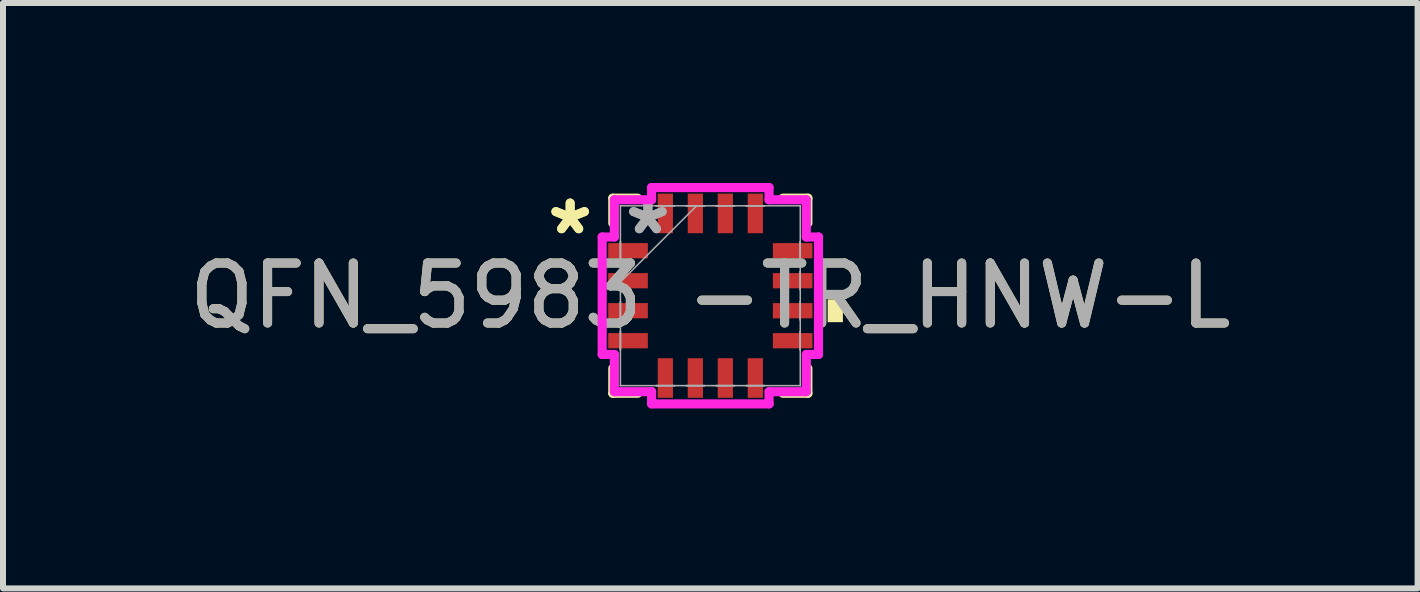
<source format=kicad_pcb>
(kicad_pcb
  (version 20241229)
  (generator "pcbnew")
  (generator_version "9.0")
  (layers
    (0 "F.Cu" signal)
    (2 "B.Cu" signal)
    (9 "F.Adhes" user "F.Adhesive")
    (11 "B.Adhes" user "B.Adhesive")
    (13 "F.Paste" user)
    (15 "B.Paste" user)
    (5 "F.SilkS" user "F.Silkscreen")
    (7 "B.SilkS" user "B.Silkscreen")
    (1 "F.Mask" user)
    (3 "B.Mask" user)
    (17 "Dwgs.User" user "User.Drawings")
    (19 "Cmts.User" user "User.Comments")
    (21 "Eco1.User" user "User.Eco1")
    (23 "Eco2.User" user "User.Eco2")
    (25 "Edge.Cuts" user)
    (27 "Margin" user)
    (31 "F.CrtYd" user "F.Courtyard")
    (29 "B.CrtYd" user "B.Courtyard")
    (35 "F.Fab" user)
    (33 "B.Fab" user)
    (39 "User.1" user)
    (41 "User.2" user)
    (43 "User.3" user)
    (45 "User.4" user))
  (footprint "QFN_5983 -TR_HNW-L"
    (layer "F.Cu")
    (at 8.792 1.88)
    (property "Reference" "QFN_5983 -TR_HNW-L" (at 0 0 0) (unlocked yes) (layer "F.SilkS") (effects (font (size 1 1) (thickness 0.15))))
    (attr smd)
    (fp_line (start -1.626 -1.626) (end -1.626 -1.21) (stroke (width 0.152) (type solid)) (layer "F.SilkS"))
    (fp_line (start -1.626 1.21) (end -1.626 1.626) (stroke (width 0.152) (type solid)) (layer "F.SilkS"))
    (fp_line (start -1.626 1.626) (end -1.21 1.626) (stroke (width 0.152) (type solid)) (layer "F.SilkS"))
    (fp_line (start -1.21 -1.626) (end -1.626 -1.626) (stroke (width 0.152) (type solid)) (layer "F.SilkS"))
    (fp_line (start 1.21 1.626) (end 1.626 1.626) (stroke (width 0.152) (type solid)) (layer "F.SilkS"))
    (fp_line (start 1.626 -1.626) (end 1.21 -1.626) (stroke (width 0.152) (type solid)) (layer "F.SilkS"))
    (fp_line (start 1.626 -1.21) (end 1.626 -1.626) (stroke (width 0.152) (type solid)) (layer "F.SilkS"))
    (fp_line (start 1.626 1.626) (end 1.626 1.21) (stroke (width 0.152) (type solid)) (layer "F.SilkS"))
    (fp_poly (pts (xy 2.21 0.06) (xy 2.21 0.441) (xy 1.956 0.441) (xy 1.956 0.06)) (stroke (width 0) (type solid)) (fill yes) (layer "F.SilkS"))
    (fp_line (start -1.803 -0.979) (end -1.6 -0.979) (stroke (width 0.152) (type solid)) (layer "F.CrtYd"))
    (fp_line (start -1.803 0.979) (end -1.803 -0.979) (stroke (width 0.152) (type solid)) (layer "F.CrtYd"))
    (fp_line (start -1.6 -1.6) (end -0.979 -1.6) (stroke (width 0.152) (type solid)) (layer "F.CrtYd"))
    (fp_line (start -1.6 -0.979) (end -1.6 -1.6) (stroke (width 0.152) (type solid)) (layer "F.CrtYd"))
    (fp_line (start -1.6 0.979) (end -1.803 0.979) (stroke (width 0.152) (type solid)) (layer "F.CrtYd"))
    (fp_line (start -1.6 1.6) (end -1.6 0.979) (stroke (width 0.152) (type solid)) (layer "F.CrtYd"))
    (fp_line (start -0.979 -1.803) (end 0.979 -1.803) (stroke (width 0.152) (type solid)) (layer "F.CrtYd"))
    (fp_line (start -0.979 -1.6) (end -0.979 -1.803) (stroke (width 0.152) (type solid)) (layer "F.CrtYd"))
    (fp_line (start -0.979 1.6) (end -1.6 1.6) (stroke (width 0.152) (type solid)) (layer "F.CrtYd"))
    (fp_line (start -0.979 1.803) (end -0.979 1.6) (stroke (width 0.152) (type solid)) (layer "F.CrtYd"))
    (fp_line (start 0.979 -1.803) (end 0.979 -1.6) (stroke (width 0.152) (type solid)) (layer "F.CrtYd"))
    (fp_line (start 0.979 -1.6) (end 1.6 -1.6) (stroke (width 0.152) (type solid)) (layer "F.CrtYd"))
    (fp_line (start 0.979 1.6) (end 0.979 1.803) (stroke (width 0.152) (type solid)) (layer "F.CrtYd"))
    (fp_line (start 0.979 1.803) (end -0.979 1.803) (stroke (width 0.152) (type solid)) (layer "F.CrtYd"))
    (fp_line (start 1.6 -1.6) (end 1.6 -0.979) (stroke (width 0.152) (type solid)) (layer "F.CrtYd"))
    (fp_line (start 1.6 -0.979) (end 1.803 -0.979) (stroke (width 0.152) (type solid)) (layer "F.CrtYd"))
    (fp_line (start 1.6 0.979) (end 1.6 1.6) (stroke (width 0.152) (type solid)) (layer "F.CrtYd"))
    (fp_line (start 1.6 1.6) (end 0.979 1.6) (stroke (width 0.152) (type solid)) (layer "F.CrtYd"))
    (fp_line (start 1.803 -0.979) (end 1.803 0.979) (stroke (width 0.152) (type solid)) (layer "F.CrtYd"))
    (fp_line (start 1.803 0.979) (end 1.6 0.979) (stroke (width 0.152) (type solid)) (layer "F.CrtYd"))
    (fp_line (start -1.499 -1.499) (end -1.499 -1.499) (stroke (width 0.025) (type solid)) (layer "F.Fab"))
    (fp_line (start -1.499 -1.499) (end -1.499 1.499) (stroke (width 0.025) (type solid)) (layer "F.Fab"))
    (fp_line (start -1.499 -0.903) (end -1.499 -0.903) (stroke (width 0.025) (type solid)) (layer "F.Fab"))
    (fp_line (start -1.499 -0.903) (end -1.499 -0.598) (stroke (width 0.025) (type solid)) (layer "F.Fab"))
    (fp_line (start -1.499 -0.598) (end -1.499 -0.903) (stroke (width 0.025) (type solid)) (layer "F.Fab"))
    (fp_line (start -1.499 -0.598) (end -1.499 -0.598) (stroke (width 0.025) (type solid)) (layer "F.Fab"))
    (fp_line (start -1.499 -0.402) (end -1.499 -0.402) (stroke (width 0.025) (type solid)) (layer "F.Fab"))
    (fp_line (start -1.499 -0.402) (end -1.499 -0.098) (stroke (width 0.025) (type solid)) (layer "F.Fab"))
    (fp_line (start -1.499 -0.229) (end -0.229 -1.499) (stroke (width 0.025) (type solid)) (layer "F.Fab"))
    (fp_line (start -1.499 -0.098) (end -1.499 -0.402) (stroke (width 0.025) (type solid)) (layer "F.Fab"))
    (fp_line (start -1.499 -0.098) (end -1.499 -0.098) (stroke (width 0.025) (type solid)) (layer "F.Fab"))
    (fp_line (start -1.499 0.098) (end -1.499 0.098) (stroke (width 0.025) (type solid)) (layer "F.Fab"))
    (fp_line (start -1.499 0.098) (end -1.499 0.402) (stroke (width 0.025) (type solid)) (layer "F.Fab"))
    (fp_line (start -1.499 0.402) (end -1.499 0.098) (stroke (width 0.025) (type solid)) (layer "F.Fab"))
    (fp_line (start -1.499 0.402) (end -1.499 0.402) (stroke (width 0.025) (type solid)) (layer "F.Fab"))
    (fp_line (start -1.499 0.598) (end -1.499 0.598) (stroke (width 0.025) (type solid)) (layer "F.Fab"))
    (fp_line (start -1.499 0.598) (end -1.499 0.903) (stroke (width 0.025) (type solid)) (layer "F.Fab"))
    (fp_line (start -1.499 0.903) (end -1.499 0.598) (stroke (width 0.025) (type solid)) (layer "F.Fab"))
    (fp_line (start -1.499 0.903) (end -1.499 0.903) (stroke (width 0.025) (type solid)) (layer "F.Fab"))
    (fp_line (start -1.499 1.499) (end -1.499 1.499) (stroke (width 0.025) (type solid)) (layer "F.Fab"))
    (fp_line (start -1.499 1.499) (end 1.499 1.499) (stroke (width 0.025) (type solid)) (layer "F.Fab"))
    (fp_line (start -0.903 -1.499) (end -0.903 -1.499) (stroke (width 0.025) (type solid)) (layer "F.Fab"))
    (fp_line (start -0.903 -1.499) (end -0.598 -1.499) (stroke (width 0.025) (type solid)) (layer "F.Fab"))
    (fp_line (start -0.903 1.499) (end -0.903 1.499) (stroke (width 0.025) (type solid)) (layer "F.Fab"))
    (fp_line (start -0.903 1.499) (end -0.598 1.499) (stroke (width 0.025) (type solid)) (layer "F.Fab"))
    (fp_line (start -0.598 -1.499) (end -0.903 -1.499) (stroke (width 0.025) (type solid)) (layer "F.Fab"))
    (fp_line (start -0.598 -1.499) (end -0.598 -1.499) (stroke (width 0.025) (type solid)) (layer "F.Fab"))
    (fp_line (start -0.598 1.499) (end -0.903 1.499) (stroke (width 0.025) (type solid)) (layer "F.Fab"))
    (fp_line (start -0.598 1.499) (end -0.598 1.499) (stroke (width 0.025) (type solid)) (layer "F.Fab"))
    (fp_line (start -0.402 -1.499) (end -0.402 -1.499) (stroke (width 0.025) (type solid)) (layer "F.Fab"))
    (fp_line (start -0.402 -1.499) (end -0.098 -1.499) (stroke (width 0.025) (type solid)) (layer "F.Fab"))
    (fp_line (start -0.402 1.499) (end -0.402 1.499) (stroke (width 0.025) (type solid)) (layer "F.Fab"))
    (fp_line (start -0.402 1.499) (end -0.098 1.499) (stroke (width 0.025) (type solid)) (layer "F.Fab"))
    (fp_line (start -0.098 -1.499) (end -0.402 -1.499) (stroke (width 0.025) (type solid)) (layer "F.Fab"))
    (fp_line (start -0.098 -1.499) (end -0.098 -1.499) (stroke (width 0.025) (type solid)) (layer "F.Fab"))
    (fp_line (start -0.098 1.499) (end -0.402 1.499) (stroke (width 0.025) (type solid)) (layer "F.Fab"))
    (fp_line (start -0.098 1.499) (end -0.098 1.499) (stroke (width 0.025) (type solid)) (layer "F.Fab"))
    (fp_line (start 0.098 -1.499) (end 0.098 -1.499) (stroke (width 0.025) (type solid)) (layer "F.Fab"))
    (fp_line (start 0.098 -1.499) (end 0.402 -1.499) (stroke (width 0.025) (type solid)) (layer "F.Fab"))
    (fp_line (start 0.098 1.499) (end 0.098 1.499) (stroke (width 0.025) (type solid)) (layer "F.Fab"))
    (fp_line (start 0.098 1.499) (end 0.402 1.499) (stroke (width 0.025) (type solid)) (layer "F.Fab"))
    (fp_line (start 0.402 -1.499) (end 0.098 -1.499) (stroke (width 0.025) (type solid)) (layer "F.Fab"))
    (fp_line (start 0.402 -1.499) (end 0.402 -1.499) (stroke (width 0.025) (type solid)) (layer "F.Fab"))
    (fp_line (start 0.402 1.499) (end 0.098 1.499) (stroke (width 0.025) (type solid)) (layer "F.Fab"))
    (fp_line (start 0.402 1.499) (end 0.402 1.499) (stroke (width 0.025) (type solid)) (layer "F.Fab"))
    (fp_line (start 0.598 -1.499) (end 0.598 -1.499) (stroke (width 0.025) (type solid)) (layer "F.Fab"))
    (fp_line (start 0.598 -1.499) (end 0.903 -1.499) (stroke (width 0.025) (type solid)) (layer "F.Fab"))
    (fp_line (start 0.598 1.499) (end 0.598 1.499) (stroke (width 0.025) (type solid)) (layer "F.Fab"))
    (fp_line (start 0.598 1.499) (end 0.903 1.499) (stroke (width 0.025) (type solid)) (layer "F.Fab"))
    (fp_line (start 0.903 -1.499) (end 0.598 -1.499) (stroke (width 0.025) (type solid)) (layer "F.Fab"))
    (fp_line (start 0.903 -1.499) (end 0.903 -1.499) (stroke (width 0.025) (type solid)) (layer "F.Fab"))
    (fp_line (start 0.903 1.499) (end 0.598 1.499) (stroke (width 0.025) (type solid)) (layer "F.Fab"))
    (fp_line (start 0.903 1.499) (end 0.903 1.499) (stroke (width 0.025) (type solid)) (layer "F.Fab"))
    (fp_line (start 1.499 -1.499) (end -1.499 -1.499) (stroke (width 0.025) (type solid)) (layer "F.Fab"))
    (fp_line (start 1.499 -1.499) (end 1.499 -1.499) (stroke (width 0.025) (type solid)) (layer "F.Fab"))
    (fp_line (start 1.499 -0.903) (end 1.499 -0.903) (stroke (width 0.025) (type solid)) (layer "F.Fab"))
    (fp_line (start 1.499 -0.903) (end 1.499 -0.598) (stroke (width 0.025) (type solid)) (layer "F.Fab"))
    (fp_line (start 1.499 -0.598) (end 1.499 -0.903) (stroke (width 0.025) (type solid)) (layer "F.Fab"))
    (fp_line (start 1.499 -0.598) (end 1.499 -0.598) (stroke (width 0.025) (type solid)) (layer "F.Fab"))
    (fp_line (start 1.499 -0.402) (end 1.499 -0.402) (stroke (width 0.025) (type solid)) (layer "F.Fab"))
    (fp_line (start 1.499 -0.402) (end 1.499 -0.098) (stroke (width 0.025) (type solid)) (layer "F.Fab"))
    (fp_line (start 1.499 -0.098) (end 1.499 -0.402) (stroke (width 0.025) (type solid)) (layer "F.Fab"))
    (fp_line (start 1.499 -0.098) (end 1.499 -0.098) (stroke (width 0.025) (type solid)) (layer "F.Fab"))
    (fp_line (start 1.499 0.098) (end 1.499 0.098) (stroke (width 0.025) (type solid)) (layer "F.Fab"))
    (fp_line (start 1.499 0.098) (end 1.499 0.402) (stroke (width 0.025) (type solid)) (layer "F.Fab"))
    (fp_line (start 1.499 0.402) (end 1.499 0.098) (stroke (width 0.025) (type solid)) (layer "F.Fab"))
    (fp_line (start 1.499 0.402) (end 1.499 0.402) (stroke (width 0.025) (type solid)) (layer "F.Fab"))
    (fp_line (start 1.499 0.598) (end 1.499 0.598) (stroke (width 0.025) (type solid)) (layer "F.Fab"))
    (fp_line (start 1.499 0.598) (end 1.499 0.903) (stroke (width 0.025) (type solid)) (layer "F.Fab"))
    (fp_line (start 1.499 0.903) (end 1.499 0.598) (stroke (width 0.025) (type solid)) (layer "F.Fab"))
    (fp_line (start 1.499 0.903) (end 1.499 0.903) (stroke (width 0.025) (type solid)) (layer "F.Fab"))
    (fp_line (start 1.499 1.499) (end 1.499 -1.499) (stroke (width 0.025) (type solid)) (layer "F.Fab"))
    (fp_line (start 1.499 1.499) (end 1.499 1.499) (stroke (width 0.025) (type solid)) (layer "F.Fab"))
    (fp_text user "*" (at -2.337 -1 0) (layer "F.SilkS") (effects (font (size 1 1) (thickness 0.15))))
    (fp_text user "*" (at -2.337 -1 0) (unlocked yes) (layer "F.SilkS") (effects (font (size 1 1) (thickness 0.15))))
    (fp_text user "*" (at -1.041 -1 0) (unlocked yes) (layer "F.Fab") (effects (font (size 1 1) (thickness 0.15))))
    (fp_text user "*" (at -1.041 -1 0) (layer "F.Fab") (effects (font (size 1 1) (thickness 0.15))))
    (fp_text user "${REFERENCE}" (at 0 0 0) (unlocked yes) (layer "F.Fab") (effects (font (size 1 1) (thickness 0.15))))
    (pad "1" smd rect (at -1.372 -0.75 90) (size 0.254 0.66) (layers "F.Cu" "F.Mask" "F.Paste"))
    (pad "2" smd rect (at -1.372 -0.25 90) (size 0.254 0.66) (layers "F.Cu" "F.Mask" "F.Paste"))
    (pad "3" smd rect (at -1.372 0.25 90) (size 0.254 0.66) (layers "F.Cu" "F.Mask" "F.Paste"))
    (pad "4" smd rect (at -1.372 0.75 90) (size 0.254 0.66) (layers "F.Cu" "F.Mask" "F.Paste"))
    (pad "5" smd rect (at -0.75 1.372) (size 0.254 0.66) (layers "F.Cu" "F.Mask" "F.Paste"))
    (pad "6" smd rect (at -0.25 1.372) (size 0.254 0.66) (layers "F.Cu" "F.Mask" "F.Paste"))
    (pad "7" smd rect (at 0.25 1.372) (size 0.254 0.66) (layers "F.Cu" "F.Mask" "F.Paste"))
    (pad "8" smd rect (at 0.75 1.372) (size 0.254 0.66) (layers "F.Cu" "F.Mask" "F.Paste"))
    (pad "9" smd rect (at 1.372 0.75 90) (size 0.254 0.66) (layers "F.Cu" "F.Mask" "F.Paste"))
    (pad "10" smd rect (at 1.372 0.25 90) (size 0.254 0.66) (layers "F.Cu" "F.Mask" "F.Paste"))
    (pad "11" smd rect (at 1.372 -0.25 90) (size 0.254 0.66) (layers "F.Cu" "F.Mask" "F.Paste"))
    (pad "12" smd rect (at 1.372 -0.75 90) (size 0.254 0.66) (layers "F.Cu" "F.Mask" "F.Paste"))
    (pad "13" smd rect (at 0.75 -1.372) (size 0.254 0.66) (layers "F.Cu" "F.Mask" "F.Paste"))
    (pad "14" smd rect (at 0.25 -1.372) (size 0.254 0.66) (layers "F.Cu" "F.Mask" "F.Paste"))
    (pad "15" smd rect (at -0.25 -1.372) (size 0.254 0.66) (layers "F.Cu" "F.Mask" "F.Paste"))
    (pad "16" smd rect (at -0.75 -1.372) (size 0.254 0.66) (layers "F.Cu" "F.Mask" "F.Paste")))
  (gr_rect
    (start -3 -3)
    (end 20.583 6.759)
    (stroke (width 0.1) (type default))
    (fill no)
    (layer "Edge.Cuts")))
</source>
